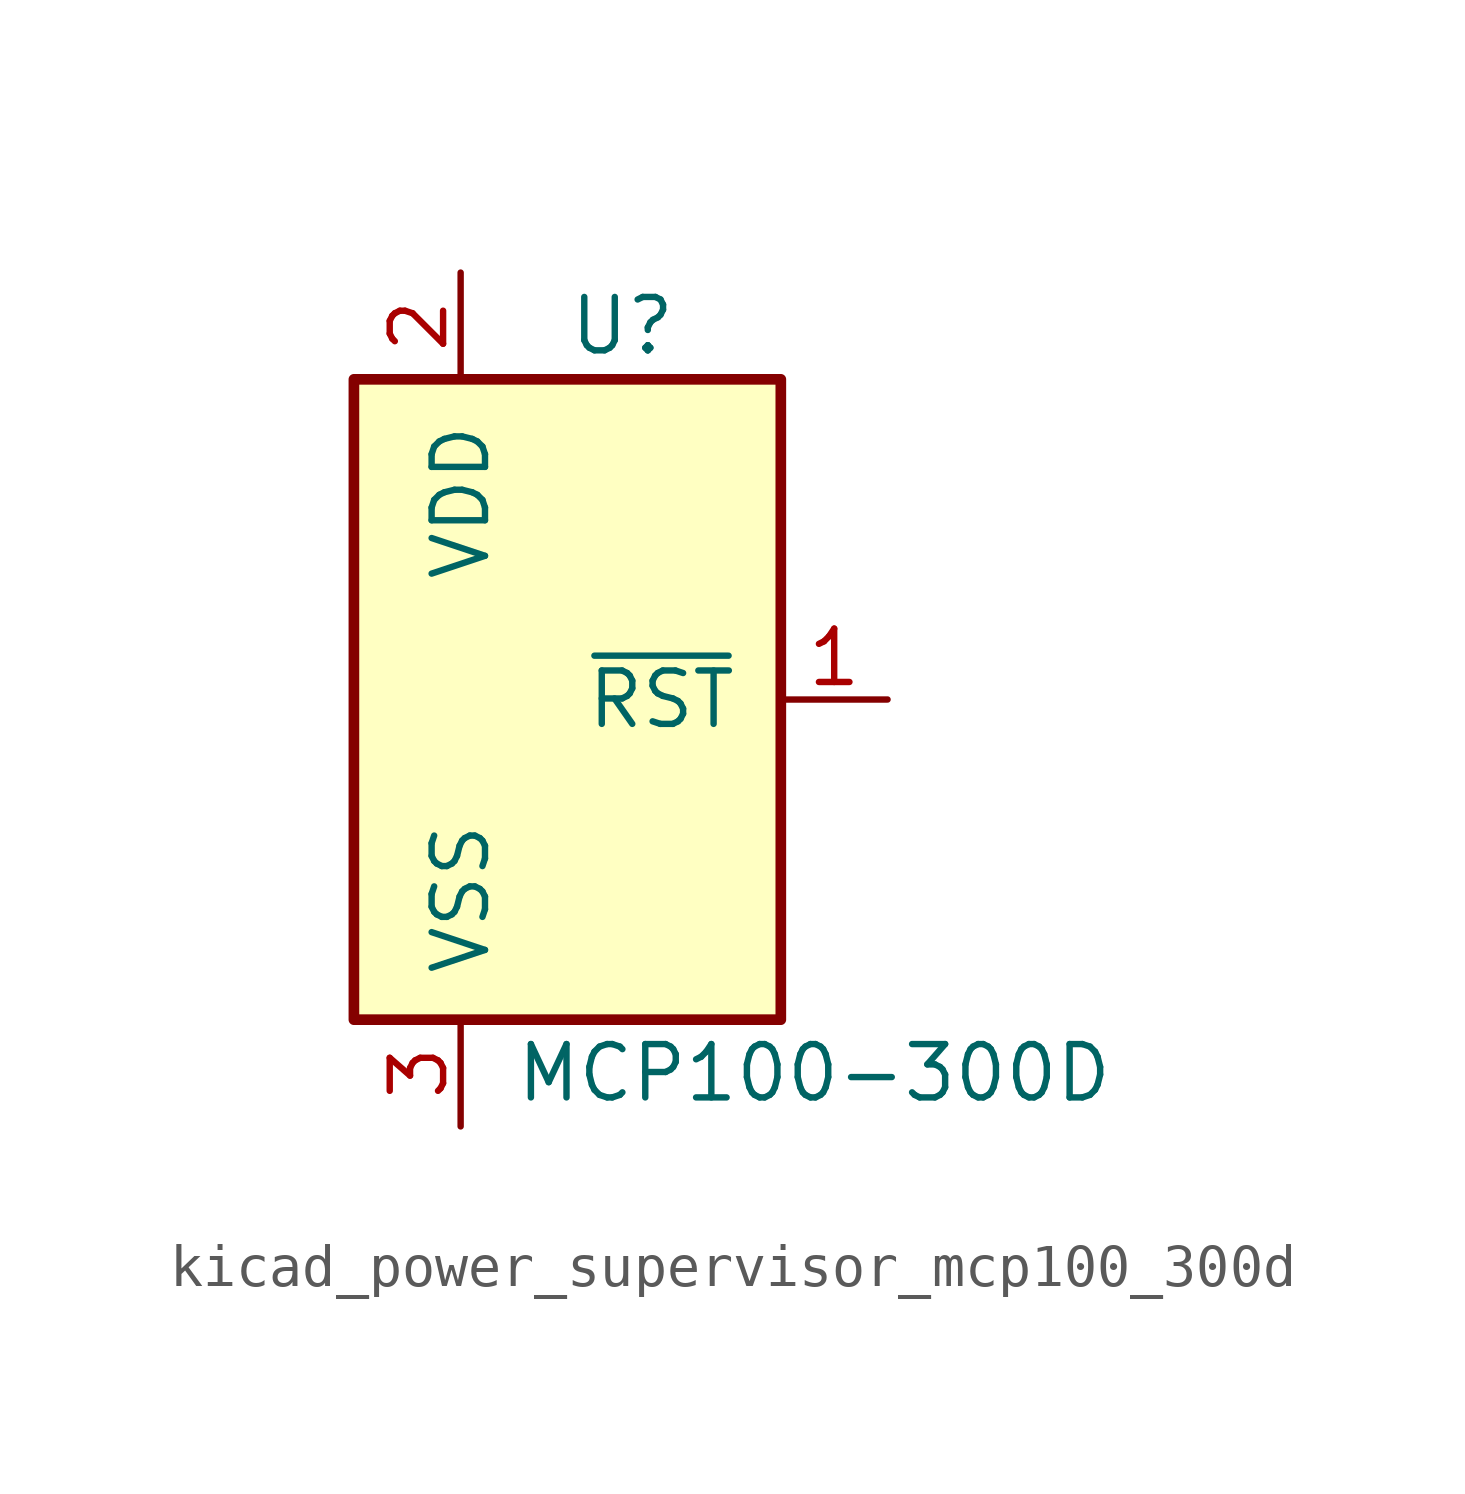
<source format=kicad_sym>
(kicad_symbol_lib
  (version 20220914)
  (generator kicad_symbol_editor)
  (symbol "kicad_power_supervisor_mcp100_300d"
    (pin_names
      (offset 1.016))
    (property "Reference" "U"
      (at 0 8.89 0)
      (effects (font (size 1.27 1.27)) (justify left)))
    (property "Value" "MCP100-300D"
      (at -1.27 -8.89 0)
      (effects (font (size 1.27 1.27)) (justify left)))
    (symbol "kicad_power_supervisor_mcp100_300d_1_1"
      (rectangle (start -5.08 7.62) (end 5.08 -7.62) (stroke (width 0.254) (type default)) (fill (type background)))
      (pin output line (at 7.62 0 180) (length 2.54) (name "~{RST}" (effects (font (size 1.27 1.27)))) (number "1" (effects (font (size 1.27 1.27)))))
      (pin power_in line (at -2.54 10.16 270) (length 2.54) (name "VDD" (effects (font (size 1.27 1.27)))) (number "2" (effects (font (size 1.27 1.27)))))
      (pin power_in line (at -2.54 -10.16 90) (length 2.54) (name "VSS" (effects (font (size 1.27 1.27)))) (number "3" (effects (font (size 1.27 1.27))))))))
</source>
